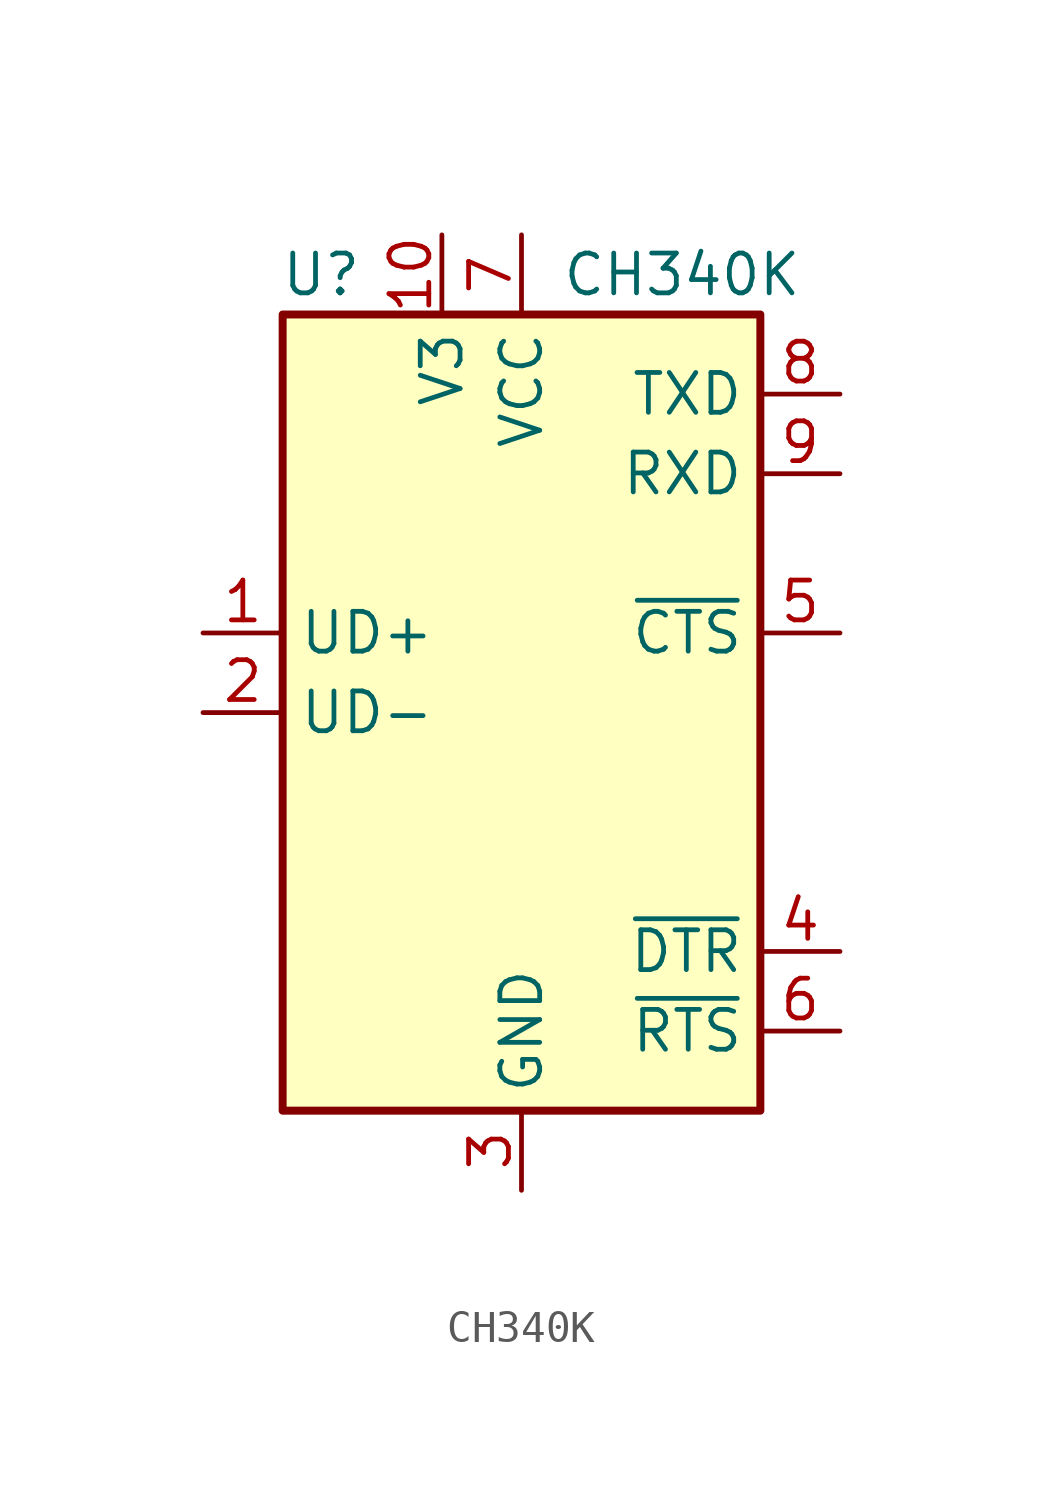
<source format=kicad_sym>
(kicad_symbol_lib
  (version 20211014)
  (generator kicad_symbol_editor)
  (symbol "CH340K"
    (property "Reference" "U"
      (at -5.08 13.97 0)
      (effects (font (size 1.27 1.27)) (justify right)))
    (property "Value" "CH340K"
      (at 1.27 13.97 0)
      (effects (font (size 1.27 1.27)) (justify left)))
    (symbol "CH340K_0_1"
      (rectangle (start -7.62 12.7) (end 7.62 -12.7) (stroke (width 0.254) (type default) (color 0 0 0 0)) (fill (type background))))
    (symbol "CH340K_1_1"
      (pin power_in line (at 0 -15.24 90) (length 2.54) hide (name "GND" (effects (font (size 1.27 1.27)))) (number "0" (effects (font (size 1.27 1.27)))))
      (pin bidirectional line (at -10.16 2.54 0) (length 2.54) (name "UD+" (effects (font (size 1.27 1.27)))) (number "1" (effects (font (size 1.27 1.27)))))
      (pin passive line (at -2.54 15.24 270) (length 2.54) (name "V3" (effects (font (size 1.27 1.27)))) (number "10" (effects (font (size 1.27 1.27)))))
      (pin bidirectional line (at -10.16 0 0) (length 2.54) (name "UD-" (effects (font (size 1.27 1.27)))) (number "2" (effects (font (size 1.27 1.27)))))
      (pin power_in line (at 0 -15.24 90) (length 2.54) (name "GND" (effects (font (size 1.27 1.27)))) (number "3" (effects (font (size 1.27 1.27)))))
      (pin output line (at 10.16 -7.62 180) (length 2.54) (name "~{DTR}" (effects (font (size 1.27 1.27)))) (number "4" (effects (font (size 1.27 1.27)))))
      (pin input line (at 10.16 2.54 180) (length 2.54) (name "~{CTS}" (effects (font (size 1.27 1.27)))) (number "5" (effects (font (size 1.27 1.27)))))
      (pin output line (at 10.16 -10.16 180) (length 2.54) (name "~{RTS}" (effects (font (size 1.27 1.27)))) (number "6" (effects (font (size 1.27 1.27)))))
      (pin power_in line (at 0 15.24 270) (length 2.54) (name "VCC" (effects (font (size 1.27 1.27)))) (number "7" (effects (font (size 1.27 1.27)))))
      (pin output line (at 10.16 10.16 180) (length 2.54) (name "TXD" (effects (font (size 1.27 1.27)))) (number "8" (effects (font (size 1.27 1.27)))))
      (pin input line (at 10.16 7.62 180) (length 2.54) (name "RXD" (effects (font (size 1.27 1.27)))) (number "9" (effects (font (size 1.27 1.27))))))))
</source>
